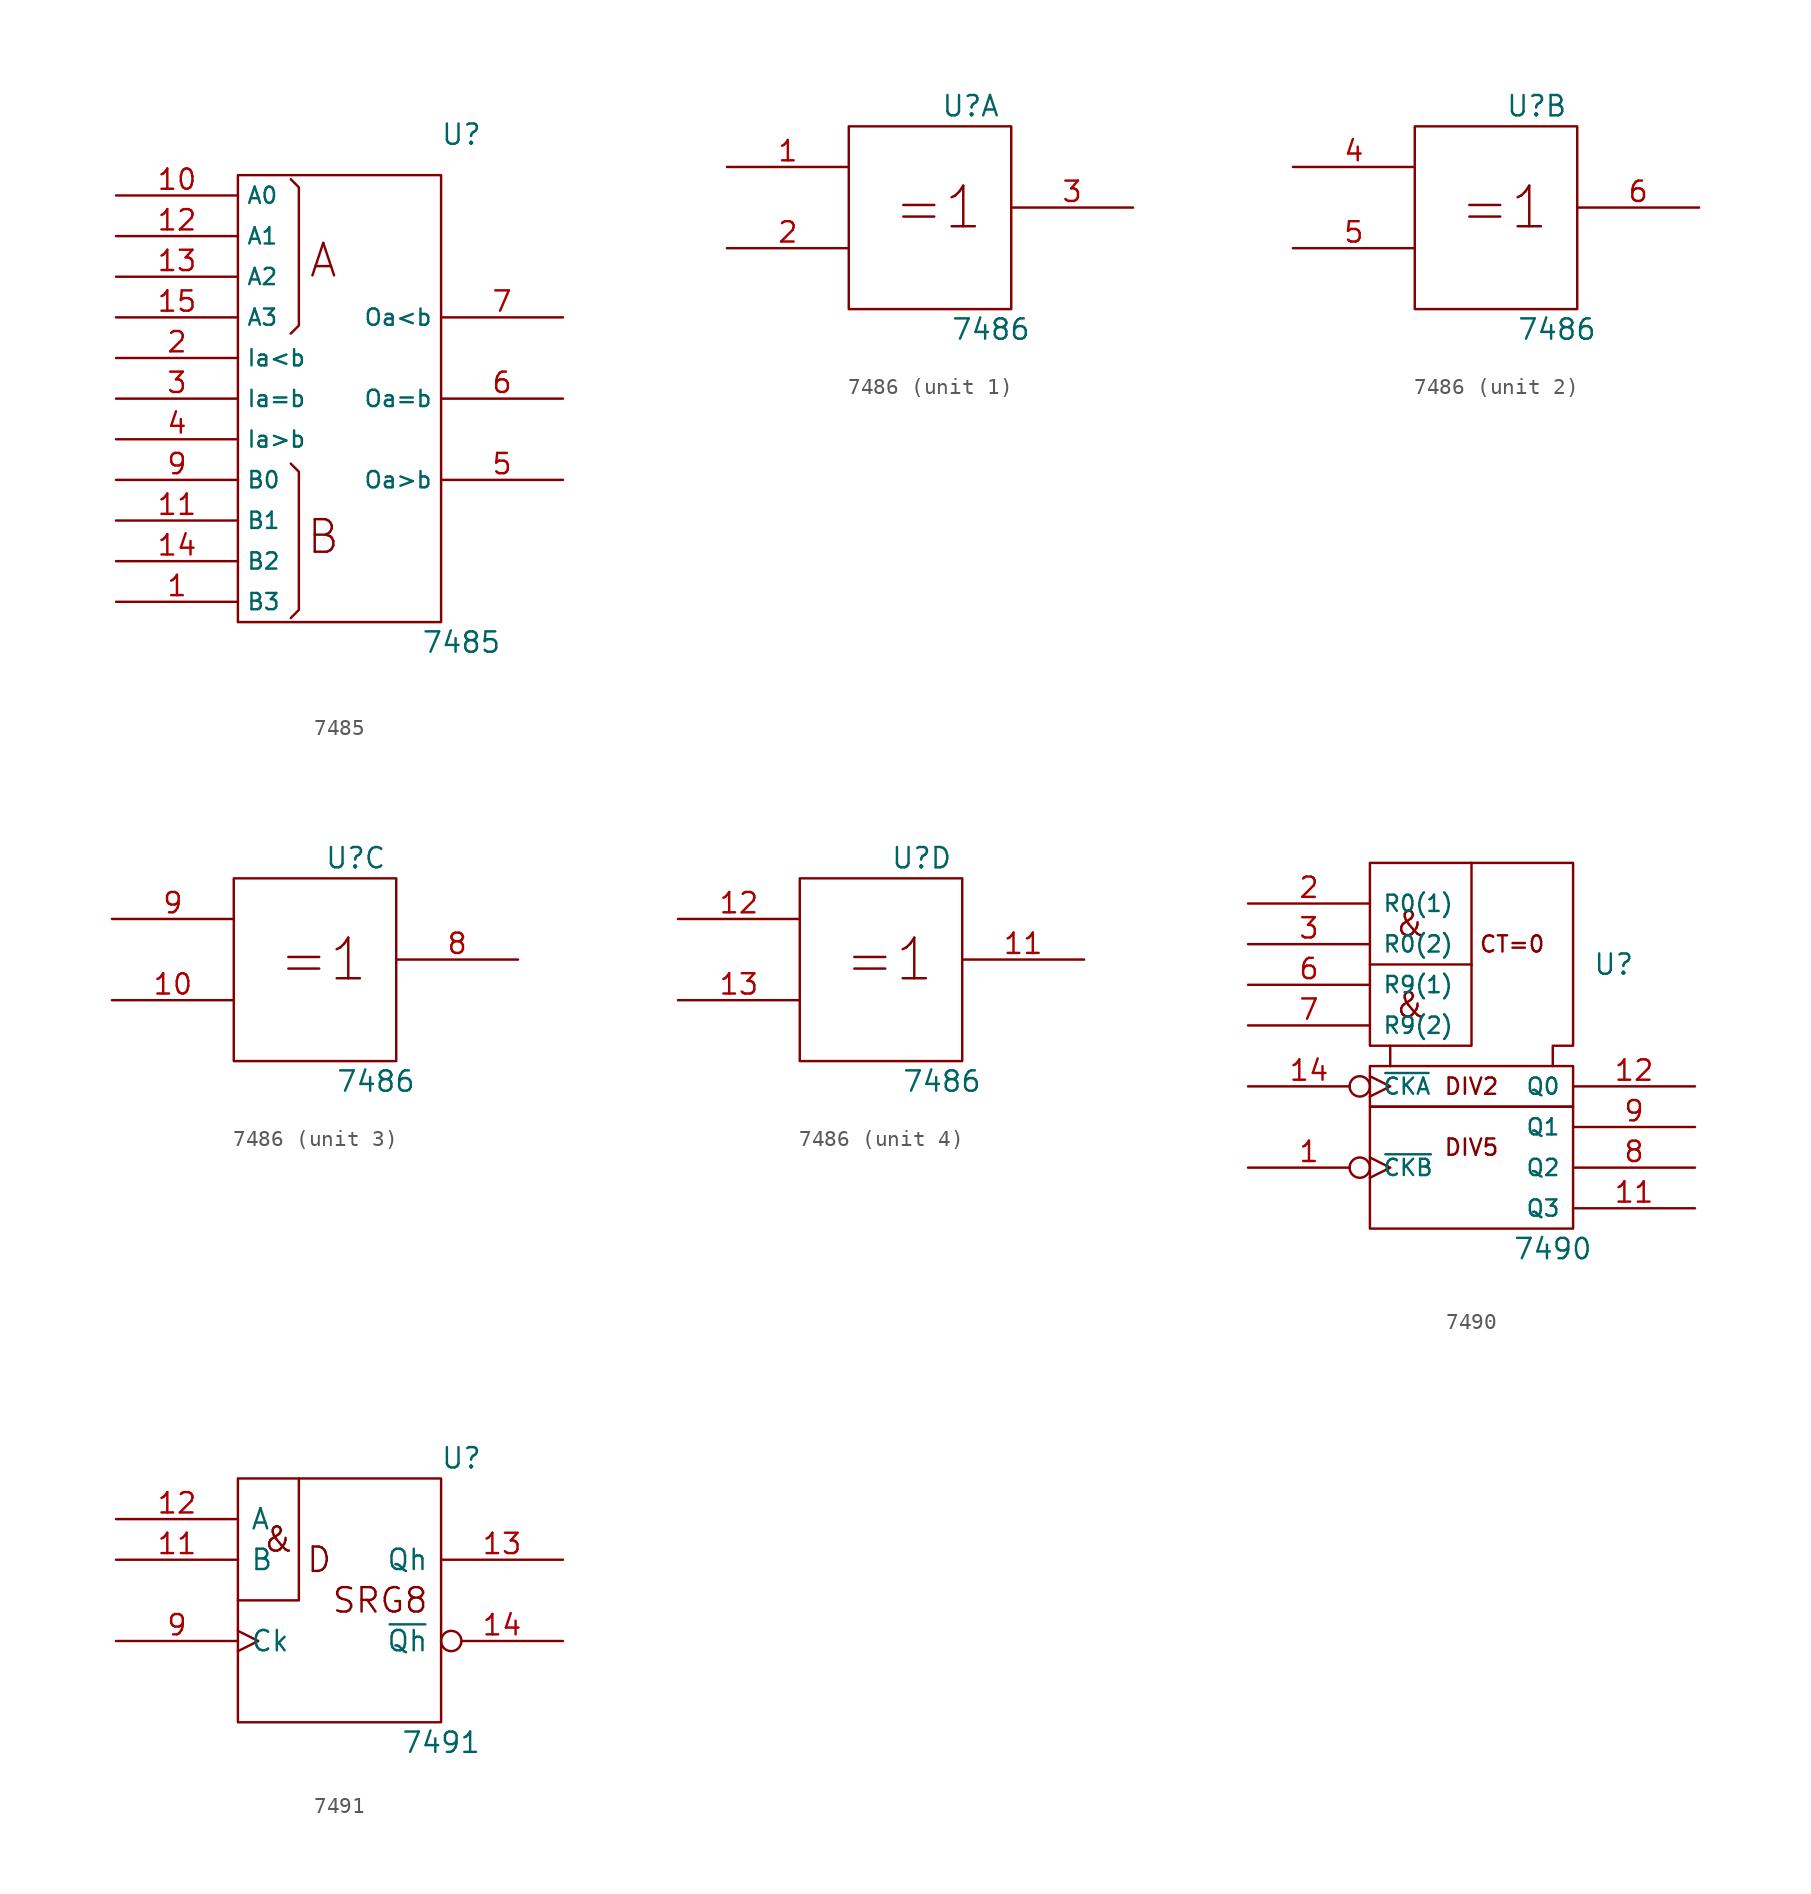
<source format=kicad_sym>
(kicad_symbol_lib
  (version 20211014)
  (generator kicad_symbol_editor)
  (symbol "7485"
    (property "Reference" "U"
      (at 7.62 16.51 0)
      (effects (font (size 1.27 1.27))))
    (property "Value" "7485"
      (at 7.62 -15.24 0)
      (effects (font (size 1.27 1.27))))
    (symbol "7485_0_0"
      (rectangle (start -6.35 13.97) (end 6.35 -13.97) (stroke (width 0) (type default) (color 0 0 0 0)) (fill (type none)))
      (polyline (pts (xy -3.048 -13.716) (xy -2.54 -13.208) (xy -2.54 -4.572) (xy -3.048 -4.064) (xy -3.048 -4.064)) (stroke (width 0) (type default) (color 0 0 0 0)) (fill (type none)))
      (polyline (pts (xy -3.048 13.716) (xy -2.54 13.208) (xy -2.54 4.572) (xy -3.048 4.064) (xy -3.048 4.064)) (stroke (width 0) (type default) (color 0 0 0 0)) (fill (type none)))
      (text "A" (at -1.016 8.636 0) (effects (font (size 2.032 2.032))))
      (text "B" (at -1.016 -8.636 0) (effects (font (size 2.032 2.032))))
      (pin power_in line (at 0 13.97 270) (length 0) hide (name "VCC" (effects (font (size 1.016 1.016)))) (number "16" (effects (font (size 1.27 1.27)))))
      (pin power_in line (at 0 -13.97 90) (length 0) hide (name "GND" (effects (font (size 1.016 1.016)))) (number "8" (effects (font (size 1.27 1.27))))))
    (symbol "7485_1_1"
      (pin input line (at -13.97 -12.7 0) (length 7.62) (name "B3" (effects (font (size 1.016 1.016)))) (number "1" (effects (font (size 1.27 1.27)))))
      (pin input line (at -13.97 12.7 0) (length 7.62) (name "A0" (effects (font (size 1.016 1.016)))) (number "10" (effects (font (size 1.27 1.27)))))
      (pin input line (at -13.97 -7.62 0) (length 7.62) (name "B1" (effects (font (size 1.016 1.016)))) (number "11" (effects (font (size 1.27 1.27)))))
      (pin input line (at -13.97 10.16 0) (length 7.62) (name "A1" (effects (font (size 1.016 1.016)))) (number "12" (effects (font (size 1.27 1.27)))))
      (pin input line (at -13.97 7.62 0) (length 7.62) (name "A2" (effects (font (size 1.016 1.016)))) (number "13" (effects (font (size 1.27 1.27)))))
      (pin input line (at -13.97 -10.16 0) (length 7.62) (name "B2" (effects (font (size 1.016 1.016)))) (number "14" (effects (font (size 1.27 1.27)))))
      (pin input line (at -13.97 5.08 0) (length 7.62) (name "A3" (effects (font (size 1.016 1.016)))) (number "15" (effects (font (size 1.27 1.27)))))
      (pin input line (at -13.97 2.54 0) (length 7.62) (name "Ia<b" (effects (font (size 1.016 1.016)))) (number "2" (effects (font (size 1.27 1.27)))))
      (pin input line (at -13.97 0 0) (length 7.62) (name "Ia=b" (effects (font (size 1.016 1.016)))) (number "3" (effects (font (size 1.27 1.27)))))
      (pin input line (at -13.97 -2.54 0) (length 7.62) (name "Ia>b" (effects (font (size 1.016 1.016)))) (number "4" (effects (font (size 1.27 1.27)))))
      (pin output line (at 13.97 -5.08 180) (length 7.62) (name "Oa>b" (effects (font (size 1.016 1.016)))) (number "5" (effects (font (size 1.27 1.27)))))
      (pin output line (at 13.97 0 180) (length 7.62) (name "Oa=b" (effects (font (size 1.016 1.016)))) (number "6" (effects (font (size 1.27 1.27)))))
      (pin output line (at 13.97 5.08 180) (length 7.62) (name "Oa<b" (effects (font (size 1.016 1.016)))) (number "7" (effects (font (size 1.27 1.27)))))
      (pin input line (at -13.97 -5.08 0) (length 7.62) (name "B0" (effects (font (size 1.016 1.016)))) (number "9" (effects (font (size 1.27 1.27)))))))
  (symbol "7486"
    (pin_names
      (offset 0.762))
    (property "Reference" "U"
      (at 2.54 6.35 0)
      (effects (font (size 1.27 1.27))))
    (property "Value" "7486"
      (at 3.81 -7.62 0)
      (effects (font (size 1.27 1.27))))
    (symbol "7486_0_1"
      (rectangle (start -5.08 5.08) (end 5.08 -6.35) (stroke (width 0) (type default) (color 0 0 0 0)) (fill (type none)))
      (text "=1" (at 0.508 0 0) (effects (font (size 2.54 2.54))))
      (pin power_in line (at 0 5.08 270) (length 0) hide (name "Vcc" (effects (font (size 1.27 1.27)))) (number "14" (effects (font (size 1.27 1.27)))))
      (pin power_in line (at 0 -6.35 90) (length 0) hide (name "Gnd" (effects (font (size 1.27 1.27)))) (number "7" (effects (font (size 1.27 1.27))))))
    (symbol "7486_1_1"
      (pin input line (at -12.7 2.54 0) (length 7.62) (name "~" (effects (font (size 1.27 1.27)))) (number "1" (effects (font (size 1.27 1.27)))))
      (pin input line (at -12.7 -2.54 0) (length 7.62) (name "~" (effects (font (size 1.27 1.27)))) (number "2" (effects (font (size 1.27 1.27)))))
      (pin output line (at 12.7 0 180) (length 7.62) (name "~" (effects (font (size 1.27 1.27)))) (number "3" (effects (font (size 1.27 1.27))))))
    (symbol "7486_2_1"
      (pin input line (at -12.7 2.54 0) (length 7.62) (name "~" (effects (font (size 1.27 1.27)))) (number "4" (effects (font (size 1.27 1.27)))))
      (pin input line (at -12.7 -2.54 0) (length 7.62) (name "~" (effects (font (size 1.27 1.27)))) (number "5" (effects (font (size 1.27 1.27)))))
      (pin output line (at 12.7 0 180) (length 7.62) (name "~" (effects (font (size 1.27 1.27)))) (number "6" (effects (font (size 1.27 1.27))))))
    (symbol "7486_3_1"
      (pin input line (at -12.7 -2.54 0) (length 7.62) (name "~" (effects (font (size 1.27 1.27)))) (number "10" (effects (font (size 1.27 1.27)))))
      (pin output line (at 12.7 0 180) (length 7.62) (name "~" (effects (font (size 1.27 1.27)))) (number "8" (effects (font (size 1.27 1.27)))))
      (pin input line (at -12.7 2.54 0) (length 7.62) (name "~" (effects (font (size 1.27 1.27)))) (number "9" (effects (font (size 1.27 1.27))))))
    (symbol "7486_4_1"
      (pin output line (at 12.7 0 180) (length 7.62) (name "~" (effects (font (size 1.27 1.27)))) (number "11" (effects (font (size 1.27 1.27)))))
      (pin input line (at -12.7 2.54 0) (length 7.62) (name "~" (effects (font (size 1.27 1.27)))) (number "12" (effects (font (size 1.27 1.27)))))
      (pin input line (at -12.7 -2.54 0) (length 7.62) (name "~" (effects (font (size 1.27 1.27)))) (number "13" (effects (font (size 1.27 1.27)))))))
  (symbol "7490"
    (pin_names
      (offset 0.762))
    (property "Reference" "U"
      (at 8.89 15.24 0)
      (effects (font (size 1.27 1.27))))
    (property "Value" "7490"
      (at 5.08 -2.54 0)
      (effects (font (size 1.27 1.27))))
    (symbol "7490_0_0"
      (rectangle (start -6.35 6.35) (end 6.35 -1.27) (stroke (width 0) (type default) (color 0 0 0 0)) (fill (type none)))
      (rectangle (start -6.35 8.89) (end 6.35 6.35) (stroke (width 0) (type default) (color 0 0 0 0)) (fill (type none)))
      (polyline (pts (xy 0 15.24) (xy -6.35 15.24) (xy -6.35 15.24)) (stroke (width 0) (type default) (color 0 0 0 0)) (fill (type none)))
      (polyline (pts (xy 0 21.59) (xy 0 15.24) (xy 0 15.24)) (stroke (width 0) (type default) (color 0 0 0 0)) (fill (type none)))
      (polyline (pts (xy 0 15.24) (xy 0 10.16) (xy -5.08 10.16) (xy -5.08 10.16)) (stroke (width 0) (type default) (color 0 0 0 0)) (fill (type none)))
      (polyline (pts (xy -5.08 8.89) (xy -5.08 10.16) (xy -6.35 10.16) (xy -6.35 21.59) (xy 6.35 21.59) (xy 6.35 10.16) (xy 5.08 10.16) (xy 5.08 8.89) (xy 5.08 8.89)) (stroke (width 0) (type default) (color 0 0 0 0)) (fill (type none)))
      (text "&" (at -3.81 12.7 0) (effects (font (size 1.524 1.524))))
      (text "&" (at -3.81 17.78 0) (effects (font (size 1.524 1.524))))
      (text "CT=0" (at 2.54 16.51 0) (effects (font (size 1.016 1.016))))
      (text "DIV2" (at 0 7.62 0) (effects (font (size 1.016 1.016))))
      (text "DIV5" (at 0 3.81 0) (effects (font (size 1.016 1.016))))
      (pin input line (at 5.08 21.59 270) (length 0) hide (name "GND" (effects (font (size 1.016 1.016)))) (number "10" (effects (font (size 1.27 1.27)))))
      (pin power_in line (at 1.27 21.59 270) (length 0) hide (name "VCC" (effects (font (size 1.016 1.016)))) (number "5" (effects (font (size 1.27 1.27))))))
    (symbol "7490_1_1"
      (pin input inverted_clock (at -13.97 2.54 0) (length 7.62) (name "~{CKB}" (effects (font (size 1.016 1.016)))) (number "1" (effects (font (size 1.27 1.27)))))
      (pin output line (at 13.97 0 180) (length 7.62) (name "Q3" (effects (font (size 1.016 1.016)))) (number "11" (effects (font (size 1.27 1.27)))))
      (pin output line (at 13.97 7.62 180) (length 7.62) (name "Q0" (effects (font (size 1.016 1.016)))) (number "12" (effects (font (size 1.27 1.27)))))
      (pin input inverted_clock (at -13.97 7.62 0) (length 7.62) (name "~{CKA}" (effects (font (size 1.016 1.016)))) (number "14" (effects (font (size 1.27 1.27)))))
      (pin input line (at -13.97 19.05 0) (length 7.62) (name "R0(1)" (effects (font (size 1.016 1.016)))) (number "2" (effects (font (size 1.27 1.27)))))
      (pin input line (at -13.97 16.51 0) (length 7.62) (name "R0(2)" (effects (font (size 1.016 1.016)))) (number "3" (effects (font (size 1.27 1.27)))))
      (pin input line (at -13.97 13.97 0) (length 7.62) (name "R9(1)" (effects (font (size 1.016 1.016)))) (number "6" (effects (font (size 1.27 1.27)))))
      (pin input line (at -13.97 11.43 0) (length 7.62) (name "R9(2)" (effects (font (size 1.016 1.016)))) (number "7" (effects (font (size 1.27 1.27)))))
      (pin output line (at 13.97 2.54 180) (length 7.62) (name "Q2" (effects (font (size 1.016 1.016)))) (number "8" (effects (font (size 1.27 1.27)))))
      (pin output line (at 13.97 5.08 180) (length 7.62) (name "Q1" (effects (font (size 1.016 1.016)))) (number "9" (effects (font (size 1.27 1.27)))))))
  (symbol "7491"
    (pin_names
      (offset 0.762))
    (property "Reference" "U"
      (at 7.62 8.89 0)
      (effects (font (size 1.27 1.27))))
    (property "Value" "7491"
      (at 6.35 -8.89 0)
      (effects (font (size 1.27 1.27))))
    (symbol "7491_0_0"
      (text "&" (at -3.81 3.81 0) (effects (font (size 1.524 1.524))))
      (text "D" (at -1.27 2.54 0) (effects (font (size 1.524 1.524))))
      (text "SRG8" (at 2.54 0 0) (effects (font (size 1.524 1.524))))
      (pin power_in line (at 0 -7.62 90) (length 0) hide (name "GND" (effects (font (size 1.27 1.27)))) (number "10" (effects (font (size 1.27 1.27)))))
      (pin power_in line (at 0 7.62 270) (length 0) hide (name "VCC" (effects (font (size 1.27 1.27)))) (number "5" (effects (font (size 1.27 1.27))))))
    (symbol "7491_0_1"
      (rectangle (start -6.35 7.62) (end 6.35 -7.62) (stroke (width 0) (type default) (color 0 0 0 0)) (fill (type none)))
      (polyline (pts (xy -2.54 7.62) (xy -2.54 0) (xy -6.35 0) (xy -6.35 0)) (stroke (width 0) (type default) (color 0 0 0 0)) (fill (type none))))
    (symbol "7491_1_1"
      (pin input line (at -13.97 2.54 0) (length 7.62) (name "B" (effects (font (size 1.27 1.27)))) (number "11" (effects (font (size 1.27 1.27)))))
      (pin input line (at -13.97 5.08 0) (length 7.62) (name "A" (effects (font (size 1.27 1.27)))) (number "12" (effects (font (size 1.27 1.27)))))
      (pin output line (at 13.97 2.54 180) (length 7.62) (name "Qh" (effects (font (size 1.27 1.27)))) (number "13" (effects (font (size 1.27 1.27)))))
      (pin output inverted (at 13.97 -2.54 180) (length 7.62) (name "~{Qh}" (effects (font (size 1.27 1.27)))) (number "14" (effects (font (size 1.27 1.27)))))
      (pin input clock (at -13.97 -2.54 0) (length 7.62) (name "Ck" (effects (font (size 1.27 1.27)))) (number "9" (effects (font (size 1.27 1.27))))))))
</source>
